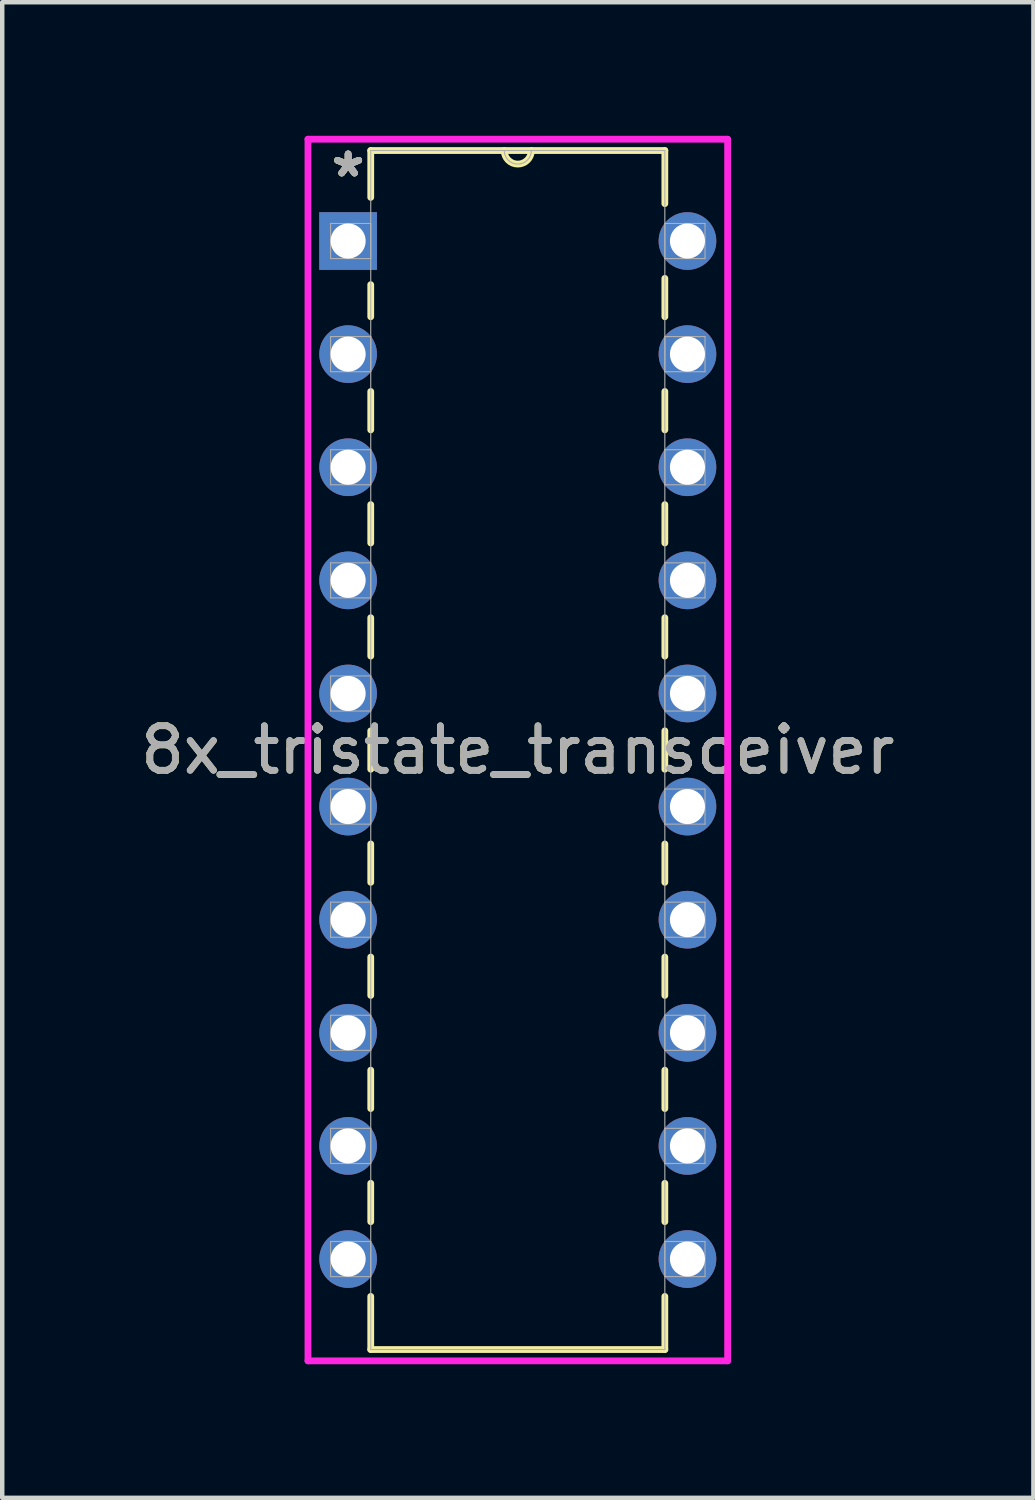
<source format=kicad_pcb>
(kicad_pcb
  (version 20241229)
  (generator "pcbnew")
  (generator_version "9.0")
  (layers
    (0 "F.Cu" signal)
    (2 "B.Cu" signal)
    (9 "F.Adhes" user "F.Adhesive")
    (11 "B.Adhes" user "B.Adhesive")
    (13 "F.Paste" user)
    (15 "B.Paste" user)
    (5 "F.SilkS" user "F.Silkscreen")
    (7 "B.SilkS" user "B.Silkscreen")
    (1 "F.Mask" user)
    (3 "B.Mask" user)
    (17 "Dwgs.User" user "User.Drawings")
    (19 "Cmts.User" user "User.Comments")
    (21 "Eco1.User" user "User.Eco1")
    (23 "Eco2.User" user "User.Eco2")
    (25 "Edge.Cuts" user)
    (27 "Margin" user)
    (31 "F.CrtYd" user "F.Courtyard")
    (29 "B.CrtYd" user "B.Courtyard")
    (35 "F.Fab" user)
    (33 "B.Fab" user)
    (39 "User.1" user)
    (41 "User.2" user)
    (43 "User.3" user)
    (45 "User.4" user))
  (footprint "8x_tristate_transceiver"
    (layer "F.Cu")
    (at 12.387 25.222)
    (property "Reference" "8x_tristate_transceiver" (at -3.81 -11.43 0) (unlocked yes) (layer "F.SilkS") (effects (font (size 1 1) (thickness 0.15))))
    (attr through_hole)
    (fp_line (start -7.112 -24.892) (end -7.112 -23.84) (stroke (width 0.152) (type solid)) (layer "F.SilkS"))
    (fp_line (start -7.112 -21.88) (end -7.112 -21.159) (stroke (width 0.152) (type solid)) (layer "F.SilkS"))
    (fp_line (start -7.112 -19.481) (end -7.112 -18.619) (stroke (width 0.152) (type solid)) (layer "F.SilkS"))
    (fp_line (start -7.112 -16.941) (end -7.112 -16.079) (stroke (width 0.152) (type solid)) (layer "F.SilkS"))
    (fp_line (start -7.112 -14.401) (end -7.112 -13.539) (stroke (width 0.152) (type solid)) (layer "F.SilkS"))
    (fp_line (start -7.112 -11.861) (end -7.112 -10.999) (stroke (width 0.152) (type solid)) (layer "F.SilkS"))
    (fp_line (start -7.112 -9.321) (end -7.112 -8.459) (stroke (width 0.152) (type solid)) (layer "F.SilkS"))
    (fp_line (start -7.112 -6.781) (end -7.112 -5.919) (stroke (width 0.152) (type solid)) (layer "F.SilkS"))
    (fp_line (start -7.112 -4.241) (end -7.112 -3.379) (stroke (width 0.152) (type solid)) (layer "F.SilkS"))
    (fp_line (start -7.112 -1.701) (end -7.112 -0.839) (stroke (width 0.152) (type solid)) (layer "F.SilkS"))
    (fp_line (start -7.112 0.839) (end -7.112 2.032) (stroke (width 0.152) (type solid)) (layer "F.SilkS"))
    (fp_line (start -7.112 2.032) (end -0.508 2.032) (stroke (width 0.152) (type solid)) (layer "F.SilkS"))
    (fp_line (start -0.508 -24.892) (end -7.112 -24.892) (stroke (width 0.152) (type solid)) (layer "F.SilkS"))
    (fp_line (start -0.508 -23.699) (end -0.508 -24.892) (stroke (width 0.152) (type solid)) (layer "F.SilkS"))
    (fp_line (start -0.508 -21.159) (end -0.508 -22.021) (stroke (width 0.152) (type solid)) (layer "F.SilkS"))
    (fp_line (start -0.508 -18.619) (end -0.508 -19.481) (stroke (width 0.152) (type solid)) (layer "F.SilkS"))
    (fp_line (start -0.508 -16.079) (end -0.508 -16.941) (stroke (width 0.152) (type solid)) (layer "F.SilkS"))
    (fp_line (start -0.508 -13.539) (end -0.508 -14.401) (stroke (width 0.152) (type solid)) (layer "F.SilkS"))
    (fp_line (start -0.508 -10.999) (end -0.508 -11.861) (stroke (width 0.152) (type solid)) (layer "F.SilkS"))
    (fp_line (start -0.508 -8.459) (end -0.508 -9.321) (stroke (width 0.152) (type solid)) (layer "F.SilkS"))
    (fp_line (start -0.508 -5.919) (end -0.508 -6.781) (stroke (width 0.152) (type solid)) (layer "F.SilkS"))
    (fp_line (start -0.508 -3.379) (end -0.508 -4.241) (stroke (width 0.152) (type solid)) (layer "F.SilkS"))
    (fp_line (start -0.508 -0.839) (end -0.508 -1.701) (stroke (width 0.152) (type solid)) (layer "F.SilkS"))
    (fp_line (start -0.508 2.032) (end -0.508 0.839) (stroke (width 0.152) (type solid)) (layer "F.SilkS"))
    (fp_arc (start -3.5052 -24.892) (mid -3.81 -24.5872) (end -4.1148 -24.892) (stroke (width 0.1524) (type solid)) (layer "F.SilkS"))
    (fp_line (start -8.522 -25.146) (end -8.522 2.286) (stroke (width 0.152) (type solid)) (layer "F.CrtYd"))
    (fp_line (start -8.522 2.286) (end 0.902 2.286) (stroke (width 0.152) (type solid)) (layer "F.CrtYd"))
    (fp_line (start 0.902 -25.146) (end -8.522 -25.146) (stroke (width 0.152) (type solid)) (layer "F.CrtYd"))
    (fp_line (start 0.902 2.286) (end 0.902 -25.146) (stroke (width 0.152) (type solid)) (layer "F.CrtYd"))
    (fp_line (start -8.014 -23.254) (end -8.014 -22.466) (stroke (width 0.025) (type solid)) (layer "F.Fab"))
    (fp_line (start -8.014 -22.466) (end -7.112 -22.466) (stroke (width 0.025) (type solid)) (layer "F.Fab"))
    (fp_line (start -8.014 -20.714) (end -8.014 -19.926) (stroke (width 0.025) (type solid)) (layer "F.Fab"))
    (fp_line (start -8.014 -19.926) (end -7.112 -19.926) (stroke (width 0.025) (type solid)) (layer "F.Fab"))
    (fp_line (start -8.014 -18.174) (end -8.014 -17.386) (stroke (width 0.025) (type solid)) (layer "F.Fab"))
    (fp_line (start -8.014 -17.386) (end -7.112 -17.386) (stroke (width 0.025) (type solid)) (layer "F.Fab"))
    (fp_line (start -8.014 -15.634) (end -8.014 -14.846) (stroke (width 0.025) (type solid)) (layer "F.Fab"))
    (fp_line (start -8.014 -14.846) (end -7.112 -14.846) (stroke (width 0.025) (type solid)) (layer "F.Fab"))
    (fp_line (start -8.014 -13.094) (end -8.014 -12.306) (stroke (width 0.025) (type solid)) (layer "F.Fab"))
    (fp_line (start -8.014 -12.306) (end -7.112 -12.306) (stroke (width 0.025) (type solid)) (layer "F.Fab"))
    (fp_line (start -8.014 -10.554) (end -8.014 -9.766) (stroke (width 0.025) (type solid)) (layer "F.Fab"))
    (fp_line (start -8.014 -9.766) (end -7.112 -9.766) (stroke (width 0.025) (type solid)) (layer "F.Fab"))
    (fp_line (start -8.014 -8.014) (end -8.014 -7.226) (stroke (width 0.025) (type solid)) (layer "F.Fab"))
    (fp_line (start -8.014 -7.226) (end -7.112 -7.226) (stroke (width 0.025) (type solid)) (layer "F.Fab"))
    (fp_line (start -8.014 -5.474) (end -8.014 -4.686) (stroke (width 0.025) (type solid)) (layer "F.Fab"))
    (fp_line (start -8.014 -4.686) (end -7.112 -4.686) (stroke (width 0.025) (type solid)) (layer "F.Fab"))
    (fp_line (start -8.014 -2.934) (end -8.014 -2.146) (stroke (width 0.025) (type solid)) (layer "F.Fab"))
    (fp_line (start -8.014 -2.146) (end -7.112 -2.146) (stroke (width 0.025) (type solid)) (layer "F.Fab"))
    (fp_line (start -8.014 -0.394) (end -8.014 0.394) (stroke (width 0.025) (type solid)) (layer "F.Fab"))
    (fp_line (start -8.014 0.394) (end -7.112 0.394) (stroke (width 0.025) (type solid)) (layer "F.Fab"))
    (fp_line (start -7.112 -24.892) (end -7.112 2.032) (stroke (width 0.025) (type solid)) (layer "F.Fab"))
    (fp_line (start -7.112 -23.254) (end -8.014 -23.254) (stroke (width 0.025) (type solid)) (layer "F.Fab"))
    (fp_line (start -7.112 -22.466) (end -7.112 -23.254) (stroke (width 0.025) (type solid)) (layer "F.Fab"))
    (fp_line (start -7.112 -20.714) (end -8.014 -20.714) (stroke (width 0.025) (type solid)) (layer "F.Fab"))
    (fp_line (start -7.112 -19.926) (end -7.112 -20.714) (stroke (width 0.025) (type solid)) (layer "F.Fab"))
    (fp_line (start -7.112 -18.174) (end -8.014 -18.174) (stroke (width 0.025) (type solid)) (layer "F.Fab"))
    (fp_line (start -7.112 -17.386) (end -7.112 -18.174) (stroke (width 0.025) (type solid)) (layer "F.Fab"))
    (fp_line (start -7.112 -15.634) (end -8.014 -15.634) (stroke (width 0.025) (type solid)) (layer "F.Fab"))
    (fp_line (start -7.112 -14.846) (end -7.112 -15.634) (stroke (width 0.025) (type solid)) (layer "F.Fab"))
    (fp_line (start -7.112 -13.094) (end -8.014 -13.094) (stroke (width 0.025) (type solid)) (layer "F.Fab"))
    (fp_line (start -7.112 -12.306) (end -7.112 -13.094) (stroke (width 0.025) (type solid)) (layer "F.Fab"))
    (fp_line (start -7.112 -10.554) (end -8.014 -10.554) (stroke (width 0.025) (type solid)) (layer "F.Fab"))
    (fp_line (start -7.112 -9.766) (end -7.112 -10.554) (stroke (width 0.025) (type solid)) (layer "F.Fab"))
    (fp_line (start -7.112 -8.014) (end -8.014 -8.014) (stroke (width 0.025) (type solid)) (layer "F.Fab"))
    (fp_line (start -7.112 -7.226) (end -7.112 -8.014) (stroke (width 0.025) (type solid)) (layer "F.Fab"))
    (fp_line (start -7.112 -5.474) (end -8.014 -5.474) (stroke (width 0.025) (type solid)) (layer "F.Fab"))
    (fp_line (start -7.112 -4.686) (end -7.112 -5.474) (stroke (width 0.025) (type solid)) (layer "F.Fab"))
    (fp_line (start -7.112 -2.934) (end -8.014 -2.934) (stroke (width 0.025) (type solid)) (layer "F.Fab"))
    (fp_line (start -7.112 -2.146) (end -7.112 -2.934) (stroke (width 0.025) (type solid)) (layer "F.Fab"))
    (fp_line (start -7.112 -0.394) (end -8.014 -0.394) (stroke (width 0.025) (type solid)) (layer "F.Fab"))
    (fp_line (start -7.112 0.394) (end -7.112 -0.394) (stroke (width 0.025) (type solid)) (layer "F.Fab"))
    (fp_line (start -7.112 2.032) (end -0.508 2.032) (stroke (width 0.025) (type solid)) (layer "F.Fab"))
    (fp_line (start -0.508 -24.892) (end -7.112 -24.892) (stroke (width 0.025) (type solid)) (layer "F.Fab"))
    (fp_line (start -0.508 -23.254) (end -0.508 -22.466) (stroke (width 0.025) (type solid)) (layer "F.Fab"))
    (fp_line (start -0.508 -22.466) (end 0.394 -22.466) (stroke (width 0.025) (type solid)) (layer "F.Fab"))
    (fp_line (start -0.508 -20.714) (end -0.508 -19.926) (stroke (width 0.025) (type solid)) (layer "F.Fab"))
    (fp_line (start -0.508 -19.926) (end 0.394 -19.926) (stroke (width 0.025) (type solid)) (layer "F.Fab"))
    (fp_line (start -0.508 -18.174) (end -0.508 -17.386) (stroke (width 0.025) (type solid)) (layer "F.Fab"))
    (fp_line (start -0.508 -17.386) (end 0.394 -17.386) (stroke (width 0.025) (type solid)) (layer "F.Fab"))
    (fp_line (start -0.508 -15.634) (end -0.508 -14.846) (stroke (width 0.025) (type solid)) (layer "F.Fab"))
    (fp_line (start -0.508 -14.846) (end 0.394 -14.846) (stroke (width 0.025) (type solid)) (layer "F.Fab"))
    (fp_line (start -0.508 -13.094) (end -0.508 -12.306) (stroke (width 0.025) (type solid)) (layer "F.Fab"))
    (fp_line (start -0.508 -12.306) (end 0.394 -12.306) (stroke (width 0.025) (type solid)) (layer "F.Fab"))
    (fp_line (start -0.508 -10.554) (end -0.508 -9.766) (stroke (width 0.025) (type solid)) (layer "F.Fab"))
    (fp_line (start -0.508 -9.766) (end 0.394 -9.766) (stroke (width 0.025) (type solid)) (layer "F.Fab"))
    (fp_line (start -0.508 -8.014) (end -0.508 -7.226) (stroke (width 0.025) (type solid)) (layer "F.Fab"))
    (fp_line (start -0.508 -7.226) (end 0.394 -7.226) (stroke (width 0.025) (type solid)) (layer "F.Fab"))
    (fp_line (start -0.508 -5.474) (end -0.508 -4.686) (stroke (width 0.025) (type solid)) (layer "F.Fab"))
    (fp_line (start -0.508 -4.686) (end 0.394 -4.686) (stroke (width 0.025) (type solid)) (layer "F.Fab"))
    (fp_line (start -0.508 -2.934) (end -0.508 -2.146) (stroke (width 0.025) (type solid)) (layer "F.Fab"))
    (fp_line (start -0.508 -2.146) (end 0.394 -2.146) (stroke (width 0.025) (type solid)) (layer "F.Fab"))
    (fp_line (start -0.508 -0.394) (end -0.508 0.394) (stroke (width 0.025) (type solid)) (layer "F.Fab"))
    (fp_line (start -0.508 0.394) (end 0.394 0.394) (stroke (width 0.025) (type solid)) (layer "F.Fab"))
    (fp_line (start -0.508 2.032) (end -0.508 -24.892) (stroke (width 0.025) (type solid)) (layer "F.Fab"))
    (fp_line (start 0.394 -23.254) (end -0.508 -23.254) (stroke (width 0.025) (type solid)) (layer "F.Fab"))
    (fp_line (start 0.394 -22.466) (end 0.394 -23.254) (stroke (width 0.025) (type solid)) (layer "F.Fab"))
    (fp_line (start 0.394 -20.714) (end -0.508 -20.714) (stroke (width 0.025) (type solid)) (layer "F.Fab"))
    (fp_line (start 0.394 -19.926) (end 0.394 -20.714) (stroke (width 0.025) (type solid)) (layer "F.Fab"))
    (fp_line (start 0.394 -18.174) (end -0.508 -18.174) (stroke (width 0.025) (type solid)) (layer "F.Fab"))
    (fp_line (start 0.394 -17.386) (end 0.394 -18.174) (stroke (width 0.025) (type solid)) (layer "F.Fab"))
    (fp_line (start 0.394 -15.634) (end -0.508 -15.634) (stroke (width 0.025) (type solid)) (layer "F.Fab"))
    (fp_line (start 0.394 -14.846) (end 0.394 -15.634) (stroke (width 0.025) (type solid)) (layer "F.Fab"))
    (fp_line (start 0.394 -13.094) (end -0.508 -13.094) (stroke (width 0.025) (type solid)) (layer "F.Fab"))
    (fp_line (start 0.394 -12.306) (end 0.394 -13.094) (stroke (width 0.025) (type solid)) (layer "F.Fab"))
    (fp_line (start 0.394 -10.554) (end -0.508 -10.554) (stroke (width 0.025) (type solid)) (layer "F.Fab"))
    (fp_line (start 0.394 -9.766) (end 0.394 -10.554) (stroke (width 0.025) (type solid)) (layer "F.Fab"))
    (fp_line (start 0.394 -8.014) (end -0.508 -8.014) (stroke (width 0.025) (type solid)) (layer "F.Fab"))
    (fp_line (start 0.394 -7.226) (end 0.394 -8.014) (stroke (width 0.025) (type solid)) (layer "F.Fab"))
    (fp_line (start 0.394 -5.474) (end -0.508 -5.474) (stroke (width 0.025) (type solid)) (layer "F.Fab"))
    (fp_line (start 0.394 -4.686) (end 0.394 -5.474) (stroke (width 0.025) (type solid)) (layer "F.Fab"))
    (fp_line (start 0.394 -2.934) (end -0.508 -2.934) (stroke (width 0.025) (type solid)) (layer "F.Fab"))
    (fp_line (start 0.394 -2.146) (end 0.394 -2.934) (stroke (width 0.025) (type solid)) (layer "F.Fab"))
    (fp_line (start 0.394 -0.394) (end -0.508 -0.394) (stroke (width 0.025) (type solid)) (layer "F.Fab"))
    (fp_line (start 0.394 0.394) (end 0.394 -0.394) (stroke (width 0.025) (type solid)) (layer "F.Fab"))
    (fp_arc (start -3.5052 -24.892) (mid -3.81 -24.5872) (end -4.1148 -24.892) (stroke (width 0.0254) (type solid)) (layer "F.Fab"))
    (fp_text user "*" (at -7.62 -24.27 0) (unlocked yes) (layer "F.SilkS") (effects (font (size 1 1) (thickness 0.15))))
    (fp_text user "*" (at -7.62 -24.27 0) (layer "F.SilkS") (effects (font (size 1 1) (thickness 0.15))))
    (fp_text user "${REFERENCE}" (at -3.81 -11.43 0) (unlocked yes) (layer "F.Fab") (effects (font (size 1 1) (thickness 0.15))))
    (fp_text user "*" (at -7.62 -24.27 0) (unlocked yes) (layer "F.Fab") (effects (font (size 1 1) (thickness 0.15))))
    (fp_text user "*" (at -7.62 -24.27 0) (layer "F.Fab") (effects (font (size 1 1) (thickness 0.15))))
    (pad "1" thru_hole rect (at -7.62 -22.86) (size 1.295 1.295) (drill 0.787) (layers "*.Cu" "*.Mask"))
    (pad "2" thru_hole circle (at -7.62 -20.32) (size 1.295 1.295) (drill 0.787) (layers "*.Cu" "*.Mask"))
    (pad "3" thru_hole circle (at -7.62 -17.78) (size 1.295 1.295) (drill 0.787) (layers "*.Cu" "*.Mask"))
    (pad "4" thru_hole circle (at -7.62 -15.24) (size 1.295 1.295) (drill 0.787) (layers "*.Cu" "*.Mask"))
    (pad "5" thru_hole circle (at -7.62 -12.7) (size 1.295 1.295) (drill 0.787) (layers "*.Cu" "*.Mask"))
    (pad "6" thru_hole circle (at -7.62 -10.16) (size 1.295 1.295) (drill 0.787) (layers "*.Cu" "*.Mask"))
    (pad "7" thru_hole circle (at -7.62 -7.62) (size 1.295 1.295) (drill 0.787) (layers "*.Cu" "*.Mask"))
    (pad "8" thru_hole circle (at -7.62 -5.08) (size 1.295 1.295) (drill 0.787) (layers "*.Cu" "*.Mask"))
    (pad "9" thru_hole circle (at -7.62 -2.54) (size 1.295 1.295) (drill 0.787) (layers "*.Cu" "*.Mask"))
    (pad "10" thru_hole circle (at -7.62 0) (size 1.295 1.295) (drill 0.787) (layers "*.Cu" "*.Mask"))
    (pad "11" thru_hole circle (at 0 0) (size 1.295 1.295) (drill 0.787) (layers "*.Cu" "*.Mask"))
    (pad "12" thru_hole circle (at 0 -2.54) (size 1.295 1.295) (drill 0.787) (layers "*.Cu" "*.Mask"))
    (pad "13" thru_hole circle (at 0 -5.08) (size 1.295 1.295) (drill 0.787) (layers "*.Cu" "*.Mask"))
    (pad "14" thru_hole circle (at 0 -7.62) (size 1.295 1.295) (drill 0.787) (layers "*.Cu" "*.Mask"))
    (pad "15" thru_hole circle (at 0 -10.16) (size 1.295 1.295) (drill 0.787) (layers "*.Cu" "*.Mask"))
    (pad "16" thru_hole circle (at 0 -12.7) (size 1.295 1.295) (drill 0.787) (layers "*.Cu" "*.Mask"))
    (pad "17" thru_hole circle (at 0 -15.24) (size 1.295 1.295) (drill 0.787) (layers "*.Cu" "*.Mask"))
    (pad "18" thru_hole circle (at 0 -17.78) (size 1.295 1.295) (drill 0.787) (layers "*.Cu" "*.Mask"))
    (pad "19" thru_hole circle (at 0 -20.32) (size 1.295 1.295) (drill 0.787) (layers "*.Cu" "*.Mask"))
    (pad "20" thru_hole circle (at 0 -22.86) (size 1.295 1.295) (drill 0.787) (layers "*.Cu" "*.Mask")))
  (gr_rect
    (start -3 -3)
    (end 20.155 30.584)
    (stroke (width 0.1) (type default))
    (fill no)
    (layer "Edge.Cuts")))
</source>
